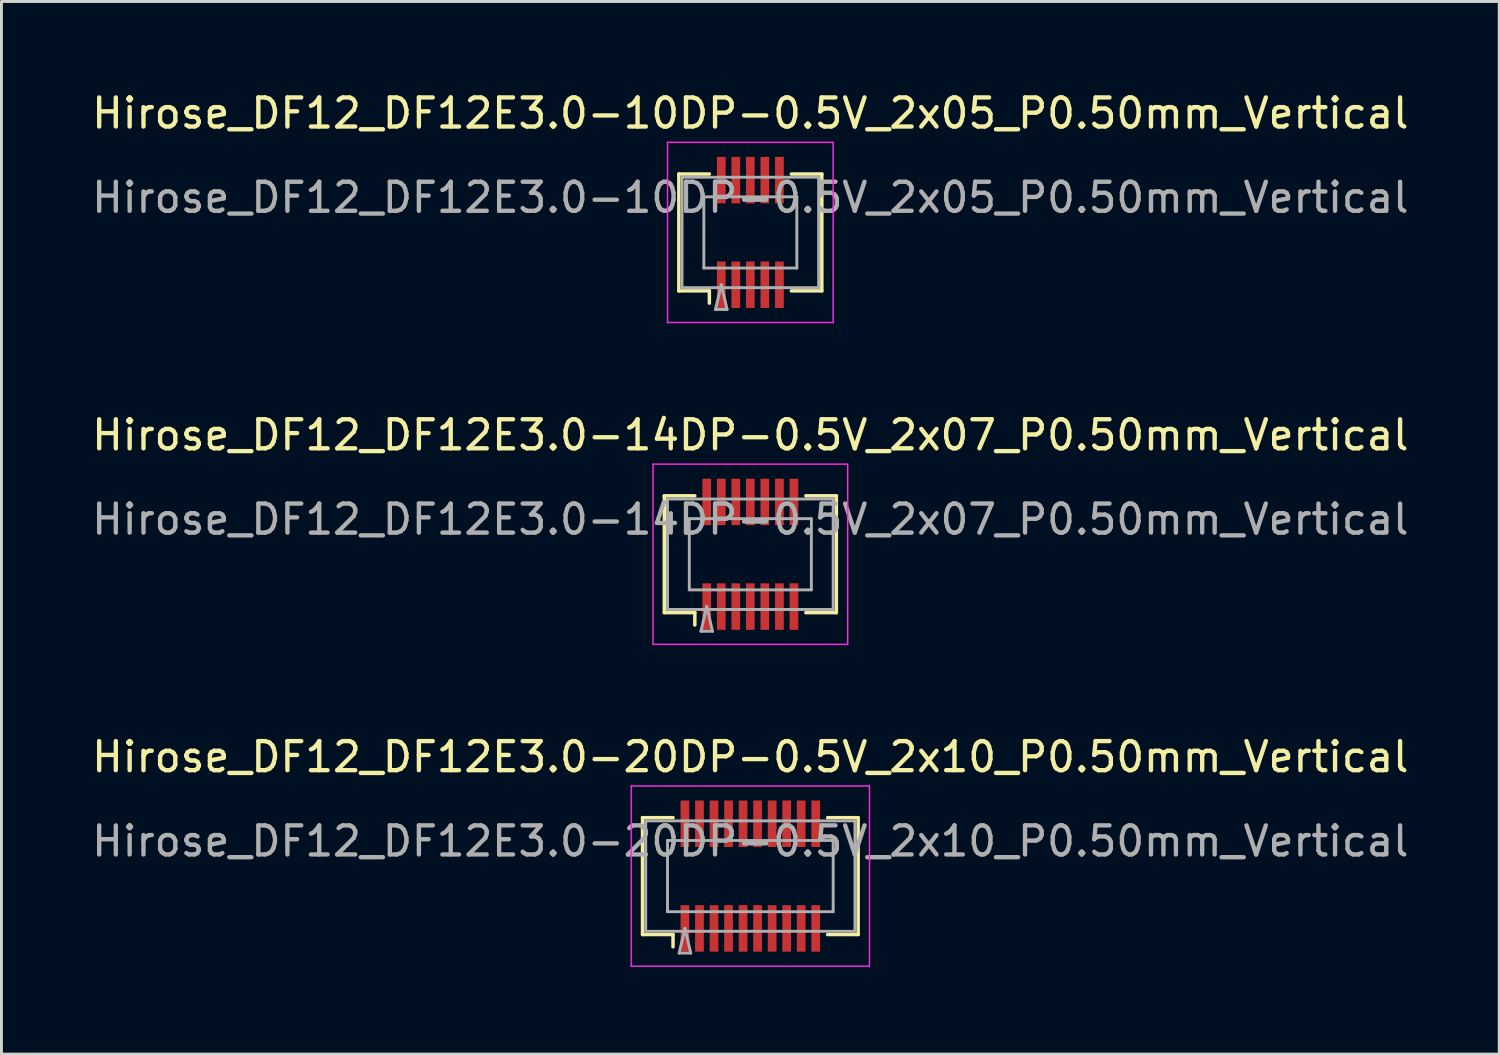
<source format=kicad_pcb>
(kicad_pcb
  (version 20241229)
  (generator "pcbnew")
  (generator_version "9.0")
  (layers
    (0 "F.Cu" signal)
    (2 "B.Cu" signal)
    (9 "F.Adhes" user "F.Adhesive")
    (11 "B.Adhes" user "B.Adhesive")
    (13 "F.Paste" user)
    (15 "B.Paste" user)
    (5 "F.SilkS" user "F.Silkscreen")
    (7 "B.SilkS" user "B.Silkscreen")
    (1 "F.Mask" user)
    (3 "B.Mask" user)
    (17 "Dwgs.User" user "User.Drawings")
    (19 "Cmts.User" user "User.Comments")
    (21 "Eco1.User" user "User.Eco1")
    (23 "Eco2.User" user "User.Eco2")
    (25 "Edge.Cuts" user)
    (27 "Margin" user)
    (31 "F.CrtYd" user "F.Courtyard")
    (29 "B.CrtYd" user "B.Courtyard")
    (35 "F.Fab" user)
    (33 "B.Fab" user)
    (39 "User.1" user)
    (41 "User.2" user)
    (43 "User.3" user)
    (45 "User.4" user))
  (footprint "Hirose_DF12_DF12E3.0-10DP-0.5V_2x05_P0.50mm_Vertical"
    (layer "F.Cu")
    (at 22.768 4.948)
    (property "Reference" "Hirose_DF12_DF12E3.0-10DP-0.5V_2x05_P0.50mm_Vertical" (at 0 -4.1 0) (layer "F.SilkS") (effects (font (size 1 1) (thickness 0.15))))
    (attr smd)
    (fp_line (start -2.46 -2.01) (end -1.41 -2.01) (stroke (width 0.12) (type solid)) (layer "F.SilkS"))
    (fp_line (start -2.46 2.01) (end -2.46 -2.01) (stroke (width 0.12) (type solid)) (layer "F.SilkS"))
    (fp_line (start -1.41 2.01) (end -2.46 2.01) (stroke (width 0.12) (type solid)) (layer "F.SilkS"))
    (fp_line (start -1.41 2.433) (end -1.41 2.01) (stroke (width 0.12) (type solid)) (layer "F.SilkS"))
    (fp_line (start 1.41 2.01) (end 2.46 2.01) (stroke (width 0.12) (type solid)) (layer "F.SilkS"))
    (fp_line (start 2.46 -2.01) (end 1.41 -2.01) (stroke (width 0.12) (type solid)) (layer "F.SilkS"))
    (fp_line (start 2.46 2.01) (end 2.46 -2.01) (stroke (width 0.12) (type solid)) (layer "F.SilkS"))
    (fp_line (start -2.85 -3.1) (end -2.85 3.1) (stroke (width 0.05) (type solid)) (layer "F.CrtYd"))
    (fp_line (start -2.85 3.1) (end 2.85 3.1) (stroke (width 0.05) (type solid)) (layer "F.CrtYd"))
    (fp_line (start 2.85 -3.1) (end -2.85 -3.1) (stroke (width 0.05) (type solid)) (layer "F.CrtYd"))
    (fp_line (start 2.85 3.1) (end 2.85 -3.1) (stroke (width 0.05) (type solid)) (layer "F.CrtYd"))
    (fp_line (start -2.35 -1.9) (end 2.35 -1.9) (stroke (width 0.1) (type solid)) (layer "F.Fab"))
    (fp_line (start -2.35 1.9) (end -2.35 -1.9) (stroke (width 0.1) (type solid)) (layer "F.Fab"))
    (fp_line (start -1.6 -1.225) (end 1.6 -1.225) (stroke (width 0.1) (type solid)) (layer "F.Fab"))
    (fp_line (start -1.6 1.225) (end -1.6 -1.225) (stroke (width 0.1) (type solid)) (layer "F.Fab"))
    (fp_line (start -1.2 2.65) (end -1 1.8) (stroke (width 0.1) (type solid)) (layer "F.Fab"))
    (fp_line (start -1 1.8) (end -0.8 2.65) (stroke (width 0.1) (type solid)) (layer "F.Fab"))
    (fp_line (start -0.8 2.65) (end -1.2 2.65) (stroke (width 0.1) (type solid)) (layer "F.Fab"))
    (fp_line (start 1.6 -1.225) (end 1.6 1.225) (stroke (width 0.1) (type solid)) (layer "F.Fab"))
    (fp_line (start 1.6 1.225) (end -1.6 1.225) (stroke (width 0.1) (type solid)) (layer "F.Fab"))
    (fp_line (start 2.35 -1.9) (end 2.35 1.9) (stroke (width 0.1) (type solid)) (layer "F.Fab"))
    (fp_line (start 2.35 1.9) (end -2.35 1.9) (stroke (width 0.1) (type solid)) (layer "F.Fab"))
    (fp_text user "${REFERENCE}" (at 0 -1.2 0) (layer "F.Fab") (effects (font (size 1 1) (thickness 0.15))))
    (pad "" smd rect (at -1 -2) (size 0.28 1.2) (layers "F.Paste"))
    (pad "" smd rect (at -1 2) (size 0.28 1.2) (layers "F.Paste"))
    (pad "" smd rect (at -0.5 -2) (size 0.28 1.2) (layers "F.Paste"))
    (pad "" smd rect (at -0.5 2) (size 0.28 1.2) (layers "F.Paste"))
    (pad "" smd rect (at 0 -2) (size 0.28 1.2) (layers "F.Paste"))
    (pad "" smd rect (at 0 2) (size 0.28 1.2) (layers "F.Paste"))
    (pad "" smd rect (at 0.5 -2) (size 0.28 1.2) (layers "F.Paste"))
    (pad "" smd rect (at 0.5 2) (size 0.28 1.2) (layers "F.Paste"))
    (pad "" smd rect (at 1 -2) (size 0.28 1.2) (layers "F.Paste"))
    (pad "" smd rect (at 1 2) (size 0.28 1.2) (layers "F.Paste"))
    (pad "1" smd rect (at -1 1.8) (size 0.3 1.6) (layers "F.Cu" "F.Mask"))
    (pad "2" smd rect (at -0.5 1.8) (size 0.3 1.6) (layers "F.Cu" "F.Mask"))
    (pad "3" smd rect (at 0 1.8) (size 0.3 1.6) (layers "F.Cu" "F.Mask"))
    (pad "4" smd rect (at 0.5 1.8) (size 0.3 1.6) (layers "F.Cu" "F.Mask"))
    (pad "5" smd rect (at 1 1.8) (size 0.3 1.6) (layers "F.Cu" "F.Mask"))
    (pad "6" smd rect (at -1 -1.8) (size 0.3 1.6) (layers "F.Cu" "F.Mask"))
    (pad "7" smd rect (at -0.5 -1.8) (size 0.3 1.6) (layers "F.Cu" "F.Mask"))
    (pad "8" smd rect (at 0 -1.8) (size 0.3 1.6) (layers "F.Cu" "F.Mask"))
    (pad "9" smd rect (at 0.5 -1.8) (size 0.3 1.6) (layers "F.Cu" "F.Mask"))
    (pad "10" smd rect (at 1 -1.8) (size 0.3 1.6) (layers "F.Cu" "F.Mask")))
  (footprint "Hirose_DF12_DF12E3.0-20DP-0.5V_2x10_P0.50mm_Vertical"
    (layer "F.Cu")
    (at 22.768 27.095)
    (property "Reference" "Hirose_DF12_DF12E3.0-20DP-0.5V_2x10_P0.50mm_Vertical" (at 0 -4.1 0) (layer "F.SilkS") (effects (font (size 1 1) (thickness 0.15))))
    (attr smd)
    (fp_line (start -3.71 -2.01) (end -2.66 -2.01) (stroke (width 0.12) (type solid)) (layer "F.SilkS"))
    (fp_line (start -3.71 2.01) (end -3.71 -2.01) (stroke (width 0.12) (type solid)) (layer "F.SilkS"))
    (fp_line (start -2.66 2.01) (end -3.71 2.01) (stroke (width 0.12) (type solid)) (layer "F.SilkS"))
    (fp_line (start -2.66 2.433) (end -2.66 2.01) (stroke (width 0.12) (type solid)) (layer "F.SilkS"))
    (fp_line (start 2.66 2.01) (end 3.71 2.01) (stroke (width 0.12) (type solid)) (layer "F.SilkS"))
    (fp_line (start 3.71 -2.01) (end 2.66 -2.01) (stroke (width 0.12) (type solid)) (layer "F.SilkS"))
    (fp_line (start 3.71 2.01) (end 3.71 -2.01) (stroke (width 0.12) (type solid)) (layer "F.SilkS"))
    (fp_line (start -4.1 -3.1) (end -4.1 3.1) (stroke (width 0.05) (type solid)) (layer "F.CrtYd"))
    (fp_line (start -4.1 3.1) (end 4.1 3.1) (stroke (width 0.05) (type solid)) (layer "F.CrtYd"))
    (fp_line (start 4.1 -3.1) (end -4.1 -3.1) (stroke (width 0.05) (type solid)) (layer "F.CrtYd"))
    (fp_line (start 4.1 3.1) (end 4.1 -3.1) (stroke (width 0.05) (type solid)) (layer "F.CrtYd"))
    (fp_line (start -3.6 -1.9) (end 3.6 -1.9) (stroke (width 0.1) (type solid)) (layer "F.Fab"))
    (fp_line (start -3.6 1.9) (end -3.6 -1.9) (stroke (width 0.1) (type solid)) (layer "F.Fab"))
    (fp_line (start -2.85 -1.225) (end 2.85 -1.225) (stroke (width 0.1) (type solid)) (layer "F.Fab"))
    (fp_line (start -2.85 1.225) (end -2.85 -1.225) (stroke (width 0.1) (type solid)) (layer "F.Fab"))
    (fp_line (start -2.45 2.65) (end -2.25 1.8) (stroke (width 0.1) (type solid)) (layer "F.Fab"))
    (fp_line (start -2.25 1.8) (end -2.05 2.65) (stroke (width 0.1) (type solid)) (layer "F.Fab"))
    (fp_line (start -2.05 2.65) (end -2.45 2.65) (stroke (width 0.1) (type solid)) (layer "F.Fab"))
    (fp_line (start 2.85 -1.225) (end 2.85 1.225) (stroke (width 0.1) (type solid)) (layer "F.Fab"))
    (fp_line (start 2.85 1.225) (end -2.85 1.225) (stroke (width 0.1) (type solid)) (layer "F.Fab"))
    (fp_line (start 3.6 -1.9) (end 3.6 1.9) (stroke (width 0.1) (type solid)) (layer "F.Fab"))
    (fp_line (start 3.6 1.9) (end -3.6 1.9) (stroke (width 0.1) (type solid)) (layer "F.Fab"))
    (fp_text user "${REFERENCE}" (at 0 -1.2 0) (layer "F.Fab") (effects (font (size 1 1) (thickness 0.15))))
    (pad "" smd rect (at -2.25 -2) (size 0.28 1.2) (layers "F.Paste"))
    (pad "" smd rect (at -2.25 2) (size 0.28 1.2) (layers "F.Paste"))
    (pad "" smd rect (at -1.75 -2) (size 0.28 1.2) (layers "F.Paste"))
    (pad "" smd rect (at -1.75 2) (size 0.28 1.2) (layers "F.Paste"))
    (pad "" smd rect (at -1.25 -2) (size 0.28 1.2) (layers "F.Paste"))
    (pad "" smd rect (at -1.25 2) (size 0.28 1.2) (layers "F.Paste"))
    (pad "" smd rect (at -0.75 -2) (size 0.28 1.2) (layers "F.Paste"))
    (pad "" smd rect (at -0.75 2) (size 0.28 1.2) (layers "F.Paste"))
    (pad "" smd rect (at -0.25 -2) (size 0.28 1.2) (layers "F.Paste"))
    (pad "" smd rect (at -0.25 2) (size 0.28 1.2) (layers "F.Paste"))
    (pad "" smd rect (at 0.25 -2) (size 0.28 1.2) (layers "F.Paste"))
    (pad "" smd rect (at 0.25 2) (size 0.28 1.2) (layers "F.Paste"))
    (pad "" smd rect (at 0.75 -2) (size 0.28 1.2) (layers "F.Paste"))
    (pad "" smd rect (at 0.75 2) (size 0.28 1.2) (layers "F.Paste"))
    (pad "" smd rect (at 1.25 -2) (size 0.28 1.2) (layers "F.Paste"))
    (pad "" smd rect (at 1.25 2) (size 0.28 1.2) (layers "F.Paste"))
    (pad "" smd rect (at 1.75 -2) (size 0.28 1.2) (layers "F.Paste"))
    (pad "" smd rect (at 1.75 2) (size 0.28 1.2) (layers "F.Paste"))
    (pad "" smd rect (at 2.25 -2) (size 0.28 1.2) (layers "F.Paste"))
    (pad "" smd rect (at 2.25 2) (size 0.28 1.2) (layers "F.Paste"))
    (pad "1" smd rect (at -2.25 1.8) (size 0.3 1.6) (layers "F.Cu" "F.Mask"))
    (pad "2" smd rect (at -1.75 1.8) (size 0.3 1.6) (layers "F.Cu" "F.Mask"))
    (pad "3" smd rect (at -1.25 1.8) (size 0.3 1.6) (layers "F.Cu" "F.Mask"))
    (pad "4" smd rect (at -0.75 1.8) (size 0.3 1.6) (layers "F.Cu" "F.Mask"))
    (pad "5" smd rect (at -0.25 1.8) (size 0.3 1.6) (layers "F.Cu" "F.Mask"))
    (pad "6" smd rect (at 0.25 1.8) (size 0.3 1.6) (layers "F.Cu" "F.Mask"))
    (pad "7" smd rect (at 0.75 1.8) (size 0.3 1.6) (layers "F.Cu" "F.Mask"))
    (pad "8" smd rect (at 1.25 1.8) (size 0.3 1.6) (layers "F.Cu" "F.Mask"))
    (pad "9" smd rect (at 1.75 1.8) (size 0.3 1.6) (layers "F.Cu" "F.Mask"))
    (pad "10" smd rect (at 2.25 1.8) (size 0.3 1.6) (layers "F.Cu" "F.Mask"))
    (pad "11" smd rect (at -2.25 -1.8) (size 0.3 1.6) (layers "F.Cu" "F.Mask"))
    (pad "12" smd rect (at -1.75 -1.8) (size 0.3 1.6) (layers "F.Cu" "F.Mask"))
    (pad "13" smd rect (at -1.25 -1.8) (size 0.3 1.6) (layers "F.Cu" "F.Mask"))
    (pad "14" smd rect (at -0.75 -1.8) (size 0.3 1.6) (layers "F.Cu" "F.Mask"))
    (pad "15" smd rect (at -0.25 -1.8) (size 0.3 1.6) (layers "F.Cu" "F.Mask"))
    (pad "16" smd rect (at 0.25 -1.8) (size 0.3 1.6) (layers "F.Cu" "F.Mask"))
    (pad "17" smd rect (at 0.75 -1.8) (size 0.3 1.6) (layers "F.Cu" "F.Mask"))
    (pad "18" smd rect (at 1.25 -1.8) (size 0.3 1.6) (layers "F.Cu" "F.Mask"))
    (pad "19" smd rect (at 1.75 -1.8) (size 0.3 1.6) (layers "F.Cu" "F.Mask"))
    (pad "20" smd rect (at 2.25 -1.8) (size 0.3 1.6) (layers "F.Cu" "F.Mask")))
  (footprint "Hirose_DF12_DF12E3.0-14DP-0.5V_2x07_P0.50mm_Vertical"
    (layer "F.Cu")
    (at 22.768 16.021)
    (property "Reference" "Hirose_DF12_DF12E3.0-14DP-0.5V_2x07_P0.50mm_Vertical" (at 0 -4.1 0) (layer "F.SilkS") (effects (font (size 1 1) (thickness 0.15))))
    (attr smd)
    (fp_line (start -2.96 -2.01) (end -1.91 -2.01) (stroke (width 0.12) (type solid)) (layer "F.SilkS"))
    (fp_line (start -2.96 2.01) (end -2.96 -2.01) (stroke (width 0.12) (type solid)) (layer "F.SilkS"))
    (fp_line (start -1.91 2.01) (end -2.96 2.01) (stroke (width 0.12) (type solid)) (layer "F.SilkS"))
    (fp_line (start -1.91 2.433) (end -1.91 2.01) (stroke (width 0.12) (type solid)) (layer "F.SilkS"))
    (fp_line (start 1.91 2.01) (end 2.96 2.01) (stroke (width 0.12) (type solid)) (layer "F.SilkS"))
    (fp_line (start 2.96 -2.01) (end 1.91 -2.01) (stroke (width 0.12) (type solid)) (layer "F.SilkS"))
    (fp_line (start 2.96 2.01) (end 2.96 -2.01) (stroke (width 0.12) (type solid)) (layer "F.SilkS"))
    (fp_line (start -3.35 -3.1) (end -3.35 3.1) (stroke (width 0.05) (type solid)) (layer "F.CrtYd"))
    (fp_line (start -3.35 3.1) (end 3.35 3.1) (stroke (width 0.05) (type solid)) (layer "F.CrtYd"))
    (fp_line (start 3.35 -3.1) (end -3.35 -3.1) (stroke (width 0.05) (type solid)) (layer "F.CrtYd"))
    (fp_line (start 3.35 3.1) (end 3.35 -3.1) (stroke (width 0.05) (type solid)) (layer "F.CrtYd"))
    (fp_line (start -2.85 -1.9) (end 2.85 -1.9) (stroke (width 0.1) (type solid)) (layer "F.Fab"))
    (fp_line (start -2.85 1.9) (end -2.85 -1.9) (stroke (width 0.1) (type solid)) (layer "F.Fab"))
    (fp_line (start -2.1 -1.225) (end 2.1 -1.225) (stroke (width 0.1) (type solid)) (layer "F.Fab"))
    (fp_line (start -2.1 1.225) (end -2.1 -1.225) (stroke (width 0.1) (type solid)) (layer "F.Fab"))
    (fp_line (start -1.7 2.65) (end -1.5 1.8) (stroke (width 0.1) (type solid)) (layer "F.Fab"))
    (fp_line (start -1.5 1.8) (end -1.3 2.65) (stroke (width 0.1) (type solid)) (layer "F.Fab"))
    (fp_line (start -1.3 2.65) (end -1.7 2.65) (stroke (width 0.1) (type solid)) (layer "F.Fab"))
    (fp_line (start 2.1 -1.225) (end 2.1 1.225) (stroke (width 0.1) (type solid)) (layer "F.Fab"))
    (fp_line (start 2.1 1.225) (end -2.1 1.225) (stroke (width 0.1) (type solid)) (layer "F.Fab"))
    (fp_line (start 2.85 -1.9) (end 2.85 1.9) (stroke (width 0.1) (type solid)) (layer "F.Fab"))
    (fp_line (start 2.85 1.9) (end -2.85 1.9) (stroke (width 0.1) (type solid)) (layer "F.Fab"))
    (fp_text user "${REFERENCE}" (at 0 -1.2 0) (layer "F.Fab") (effects (font (size 1 1) (thickness 0.15))))
    (pad "" smd rect (at -1.5 -2) (size 0.28 1.2) (layers "F.Paste"))
    (pad "" smd rect (at -1.5 2) (size 0.28 1.2) (layers "F.Paste"))
    (pad "" smd rect (at -1 -2) (size 0.28 1.2) (layers "F.Paste"))
    (pad "" smd rect (at -1 2) (size 0.28 1.2) (layers "F.Paste"))
    (pad "" smd rect (at -0.5 -2) (size 0.28 1.2) (layers "F.Paste"))
    (pad "" smd rect (at -0.5 2) (size 0.28 1.2) (layers "F.Paste"))
    (pad "" smd rect (at 0 -2) (size 0.28 1.2) (layers "F.Paste"))
    (pad "" smd rect (at 0 2) (size 0.28 1.2) (layers "F.Paste"))
    (pad "" smd rect (at 0.5 -2) (size 0.28 1.2) (layers "F.Paste"))
    (pad "" smd rect (at 0.5 2) (size 0.28 1.2) (layers "F.Paste"))
    (pad "" smd rect (at 1 -2) (size 0.28 1.2) (layers "F.Paste"))
    (pad "" smd rect (at 1 2) (size 0.28 1.2) (layers "F.Paste"))
    (pad "" smd rect (at 1.5 -2) (size 0.28 1.2) (layers "F.Paste"))
    (pad "" smd rect (at 1.5 2) (size 0.28 1.2) (layers "F.Paste"))
    (pad "1" smd rect (at -1.5 1.8) (size 0.3 1.6) (layers "F.Cu" "F.Mask"))
    (pad "2" smd rect (at -1 1.8) (size 0.3 1.6) (layers "F.Cu" "F.Mask"))
    (pad "3" smd rect (at -0.5 1.8) (size 0.3 1.6) (layers "F.Cu" "F.Mask"))
    (pad "4" smd rect (at 0 1.8) (size 0.3 1.6) (layers "F.Cu" "F.Mask"))
    (pad "5" smd rect (at 0.5 1.8) (size 0.3 1.6) (layers "F.Cu" "F.Mask"))
    (pad "6" smd rect (at 1 1.8) (size 0.3 1.6) (layers "F.Cu" "F.Mask"))
    (pad "7" smd rect (at 1.5 1.8) (size 0.3 1.6) (layers "F.Cu" "F.Mask"))
    (pad "8" smd rect (at -1.5 -1.8) (size 0.3 1.6) (layers "F.Cu" "F.Mask"))
    (pad "9" smd rect (at -1 -1.8) (size 0.3 1.6) (layers "F.Cu" "F.Mask"))
    (pad "10" smd rect (at -0.5 -1.8) (size 0.3 1.6) (layers "F.Cu" "F.Mask"))
    (pad "11" smd rect (at 0 -1.8) (size 0.3 1.6) (layers "F.Cu" "F.Mask"))
    (pad "12" smd rect (at 0.5 -1.8) (size 0.3 1.6) (layers "F.Cu" "F.Mask"))
    (pad "13" smd rect (at 1 -1.8) (size 0.3 1.6) (layers "F.Cu" "F.Mask"))
    (pad "14" smd rect (at 1.5 -1.8) (size 0.3 1.6) (layers "F.Cu" "F.Mask")))
  (gr_rect
    (start -3 -3)
    (end 48.536 33.22)
    (stroke (width 0.1) (type default))
    (fill no)
    (layer "Edge.Cuts")))
</source>
